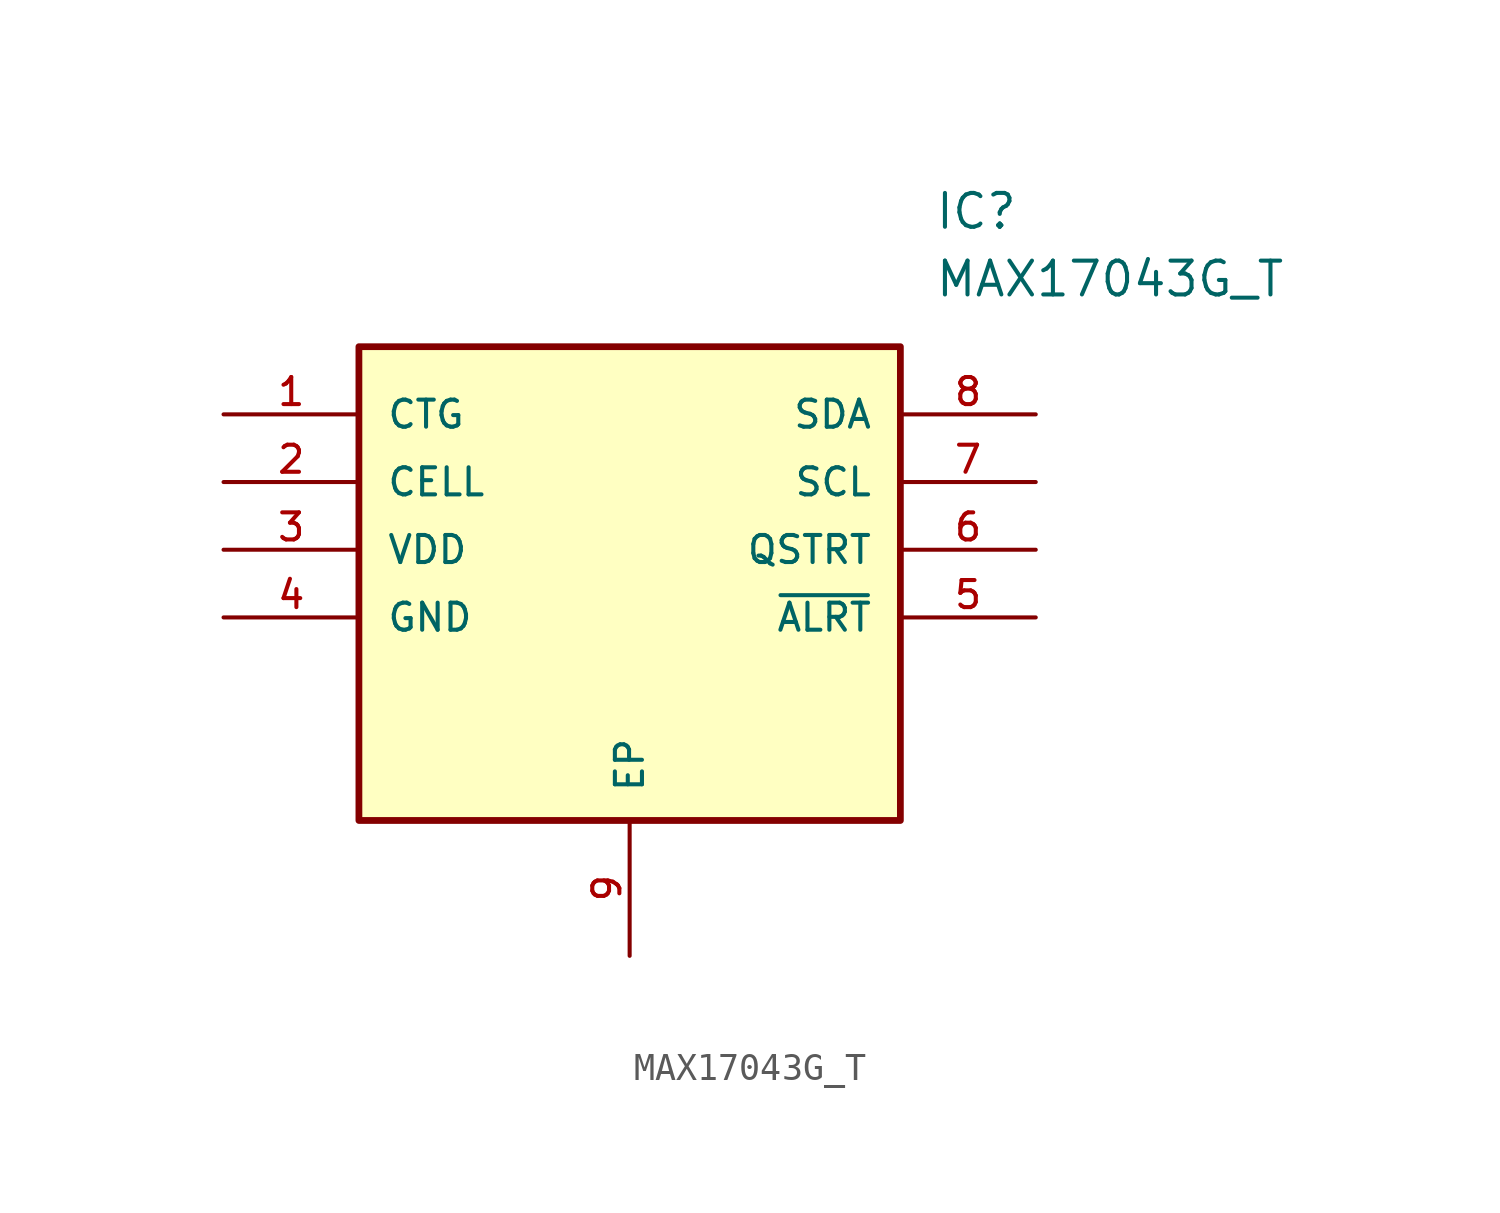
<source format=kicad_sym>
(kicad_symbol_lib
  (version 20211014)
  (generator kicad_symbol_editor)
  (symbol "MAX17043G_T"
    (pin_names
      (offset 1.016))
    (property "Reference" "IC"
      (at 26.67 7.62 0)
      (effects (font (size 1.27 1.27)) (justify left)))
    (property "Value" "MAX17043G_T"
      (at 26.67 5.08 0)
      (effects (font (size 1.27 1.27)) (justify left)))
    (symbol "MAX17043G_T_0_0"
      (rectangle (start 5.08 -15.24) (end 25.4 2.54) (stroke (width 0.254)) (fill (type background)))
      (pin bidirectional line (at 30.48 -7.62 180.0) (length 5.08) (name "~{ALRT}" (effects (font (size 1.016 1.016)))) (number "5" (effects (font (size 1.016 1.016)))))
      (pin bidirectional line (at 0.0 -2.54 0) (length 5.08) (name "CELL" (effects (font (size 1.016 1.016)))) (number "2" (effects (font (size 1.016 1.016)))))
      (pin bidirectional line (at 0.0 0.0 0) (length 5.08) (name "CTG" (effects (font (size 1.016 1.016)))) (number "1" (effects (font (size 1.016 1.016)))))
      (pin bidirectional line (at 15.24 -20.32 90.0) (length 5.08) (name "EP" (effects (font (size 1.016 1.016)))) (number "9" (effects (font (size 1.016 1.016)))))
      (pin bidirectional line (at 0.0 -7.62 0) (length 5.08) (name "GND" (effects (font (size 1.016 1.016)))) (number "4" (effects (font (size 1.016 1.016)))))
      (pin bidirectional line (at 30.48 -5.08 180.0) (length 5.08) (name "QSTRT" (effects (font (size 1.016 1.016)))) (number "6" (effects (font (size 1.016 1.016)))))
      (pin bidirectional line (at 30.48 -2.54 180.0) (length 5.08) (name "SCL" (effects (font (size 1.016 1.016)))) (number "7" (effects (font (size 1.016 1.016)))))
      (pin bidirectional line (at 30.48 0.0 180.0) (length 5.08) (name "SDA" (effects (font (size 1.016 1.016)))) (number "8" (effects (font (size 1.016 1.016)))))
      (pin bidirectional line (at 0.0 -5.08 0) (length 5.08) (name "VDD" (effects (font (size 1.016 1.016)))) (number "3" (effects (font (size 1.016 1.016))))))))
</source>
